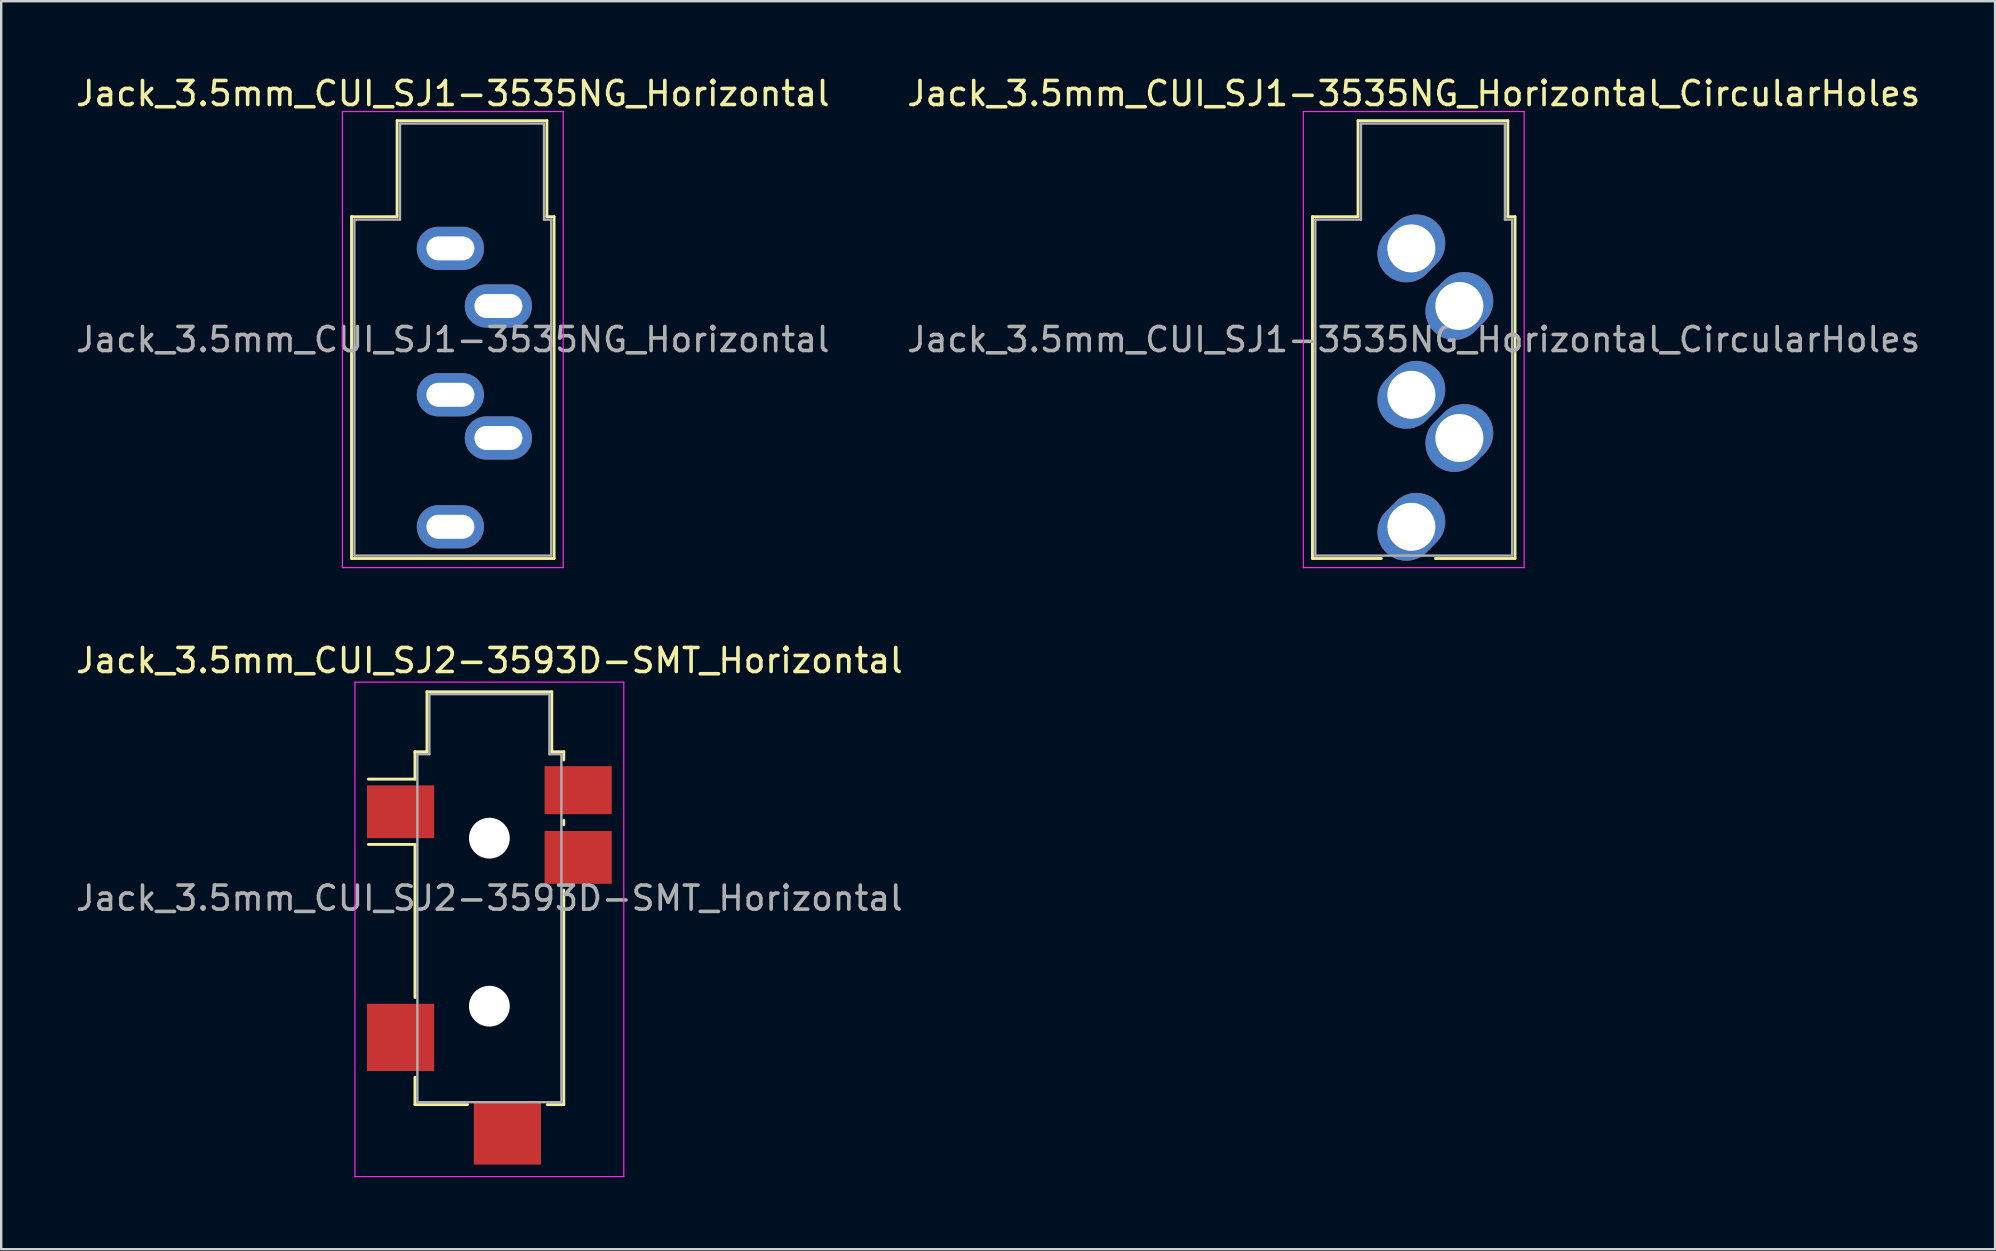
<source format=kicad_pcb>
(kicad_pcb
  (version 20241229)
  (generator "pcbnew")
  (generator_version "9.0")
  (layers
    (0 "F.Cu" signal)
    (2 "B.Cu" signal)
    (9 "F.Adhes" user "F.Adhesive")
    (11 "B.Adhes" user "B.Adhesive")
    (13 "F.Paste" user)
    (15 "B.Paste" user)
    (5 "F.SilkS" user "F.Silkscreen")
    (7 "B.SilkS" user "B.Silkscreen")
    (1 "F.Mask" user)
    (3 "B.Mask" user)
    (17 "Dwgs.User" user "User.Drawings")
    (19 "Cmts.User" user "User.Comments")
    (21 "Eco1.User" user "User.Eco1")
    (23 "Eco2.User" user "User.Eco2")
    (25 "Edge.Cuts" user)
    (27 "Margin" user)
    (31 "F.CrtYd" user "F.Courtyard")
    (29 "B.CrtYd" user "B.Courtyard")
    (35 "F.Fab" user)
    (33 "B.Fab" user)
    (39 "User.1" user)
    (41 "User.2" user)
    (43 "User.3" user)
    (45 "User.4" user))
  (footprint "Jack_3.5mm_CUI_SJ1-3535NG_Horizontal"
    (layer "F.Cu")
    (at 15.715 7.298)
    (property "Reference" "Jack_3.5mm_CUI_SJ1-3535NG_Horizontal" (at 0.1 -6.45 0) (layer "F.SilkS") (effects (font (size 1 1) (thickness 0.15))))
    (attr through_hole)
    (fp_line (start -4.12 -1.32) (end -2.22 -1.32) (stroke (width 0.12) (type solid)) (layer "F.SilkS"))
    (fp_line (start -4.12 12.92) (end -4.12 -1.32) (stroke (width 0.12) (type solid)) (layer "F.SilkS"))
    (fp_line (start -2.22 -5.32) (end 4.02 -5.32) (stroke (width 0.12) (type solid)) (layer "F.SilkS"))
    (fp_line (start -2.22 -1.32) (end -2.22 -5.32) (stroke (width 0.12) (type solid)) (layer "F.SilkS"))
    (fp_line (start 4.02 -5.32) (end 4.02 -1.32) (stroke (width 0.12) (type solid)) (layer "F.SilkS"))
    (fp_line (start 4.02 -1.32) (end 4.32 -1.32) (stroke (width 0.12) (type solid)) (layer "F.SilkS"))
    (fp_line (start 4.32 -1.32) (end 4.32 12.92) (stroke (width 0.12) (type solid)) (layer "F.SilkS"))
    (fp_line (start 4.32 12.92) (end -4.12 12.92) (stroke (width 0.12) (type solid)) (layer "F.SilkS"))
    (fp_line (start -4.5 -5.7) (end -4.5 13.3) (stroke (width 0.05) (type solid)) (layer "F.CrtYd"))
    (fp_line (start -4.5 13.3) (end 4.7 13.3) (stroke (width 0.05) (type solid)) (layer "F.CrtYd"))
    (fp_line (start 4.7 -5.7) (end -4.5 -5.7) (stroke (width 0.05) (type solid)) (layer "F.CrtYd"))
    (fp_line (start 4.7 13.3) (end 4.7 -5.7) (stroke (width 0.05) (type solid)) (layer "F.CrtYd"))
    (fp_line (start -4 -1.2) (end -2.1 -1.2) (stroke (width 0.1) (type solid)) (layer "F.Fab"))
    (fp_line (start -4 12.8) (end -4 -1.2) (stroke (width 0.1) (type solid)) (layer "F.Fab"))
    (fp_line (start -2.1 -5.2) (end 3.9 -5.2) (stroke (width 0.1) (type solid)) (layer "F.Fab"))
    (fp_line (start -2.1 -1.2) (end -2.1 -5.2) (stroke (width 0.1) (type solid)) (layer "F.Fab"))
    (fp_line (start 3.9 -5.2) (end 3.9 -1.2) (stroke (width 0.1) (type solid)) (layer "F.Fab"))
    (fp_line (start 3.9 -1.2) (end 4.2 -1.2) (stroke (width 0.1) (type solid)) (layer "F.Fab"))
    (fp_line (start 4.2 -1.2) (end 4.2 12.8) (stroke (width 0.1) (type solid)) (layer "F.Fab"))
    (fp_line (start 4.2 12.8) (end -4 12.8) (stroke (width 0.1) (type solid)) (layer "F.Fab"))
    (fp_text user "${REFERENCE}" (at 0.1 3.8 0) (layer "F.Fab") (effects (font (size 1 1) (thickness 0.15))))
    (pad "R" thru_hole oval (at 2 7.9) (size 2.8 1.8) (drill oval 2 1) (layers "*.Cu" "*.Mask"))
    (pad "RN" thru_hole oval (at 0 6.1) (size 2.8 1.8) (drill oval 2 1) (layers "*.Cu" "*.Mask"))
    (pad "S" thru_hole oval (at 0 0) (size 2.8 1.8) (drill oval 2 1) (layers "*.Cu" "*.Mask"))
    (pad "T" thru_hole oval (at 2 2.4) (size 2.8 1.8) (drill oval 2 1) (layers "*.Cu" "*.Mask"))
    (pad "TN" thru_hole oval (at 0 11.6) (size 2.8 1.8) (drill oval 2 1) (layers "*.Cu" "*.Mask")))
  (footprint "Jack_3.5mm_CUI_SJ2-3593D-SMT_Horizontal"
    (layer "F.Cu")
    (at 17.339 34.371)
    (property "Reference" "Jack_3.5mm_CUI_SJ2-3593D-SMT_Horizontal" (at 0 -9.9 0) (layer "F.SilkS") (effects (font (size 1 1) (thickness 0.15))))
    (attr smd)
    (fp_line (start -3.1 -6.1) (end -2.6 -6.1) (stroke (width 0.12) (type solid)) (layer "F.SilkS"))
    (fp_line (start -3.1 -4.96) (end -5.04 -4.96) (stroke (width 0.12) (type solid)) (layer "F.SilkS"))
    (fp_line (start -3.1 -4.96) (end -3.1 -6.1) (stroke (width 0.12) (type solid)) (layer "F.SilkS"))
    (fp_line (start -3.1 -2.24) (end -5.04 -2.24) (stroke (width 0.12) (type solid)) (layer "F.SilkS"))
    (fp_line (start -3.1 4.14) (end -3.1 -2.24) (stroke (width 0.12) (type solid)) (layer "F.SilkS"))
    (fp_line (start -3.1 8.6) (end -3.1 7.46) (stroke (width 0.12) (type solid)) (layer "F.SilkS"))
    (fp_line (start -2.6 -8.6) (end 2.6 -8.6) (stroke (width 0.12) (type solid)) (layer "F.SilkS"))
    (fp_line (start -2.6 -6.1) (end -2.6 -8.6) (stroke (width 0.12) (type solid)) (layer "F.SilkS"))
    (fp_line (start -0.91 8.6) (end -3.1 8.6) (stroke (width 0.12) (type solid)) (layer "F.SilkS"))
    (fp_line (start 2.6 -8.6) (end 2.6 -6.1) (stroke (width 0.12) (type solid)) (layer "F.SilkS"))
    (fp_line (start 2.6 -6.1) (end 3.1 -6.1) (stroke (width 0.12) (type solid)) (layer "F.SilkS"))
    (fp_line (start 3.1 -6.1) (end 3.1 -5.76) (stroke (width 0.12) (type solid)) (layer "F.SilkS"))
    (fp_line (start 3.1 -3.24) (end 3.1 -3.06) (stroke (width 0.12) (type solid)) (layer "F.SilkS"))
    (fp_line (start 3.1 -0.34) (end 3.1 8.6) (stroke (width 0.12) (type solid)) (layer "F.SilkS"))
    (fp_line (start 3.1 8.6) (end 2.41 8.6) (stroke (width 0.12) (type solid)) (layer "F.SilkS"))
    (fp_line (start -5.6 -9) (end 5.6 -9) (stroke (width 0.05) (type solid)) (layer "F.CrtYd"))
    (fp_line (start -5.6 11.6) (end -5.6 -9) (stroke (width 0.05) (type solid)) (layer "F.CrtYd"))
    (fp_line (start 5.6 -9) (end 5.6 11.6) (stroke (width 0.05) (type solid)) (layer "F.CrtYd"))
    (fp_line (start 5.6 11.6) (end -5.6 11.6) (stroke (width 0.05) (type solid)) (layer "F.CrtYd"))
    (fp_line (start -3 -6) (end -2.5 -6) (stroke (width 0.1) (type solid)) (layer "F.Fab"))
    (fp_line (start -3 8.5) (end -3 -6) (stroke (width 0.1) (type solid)) (layer "F.Fab"))
    (fp_line (start -2.5 -8.5) (end 2.5 -8.5) (stroke (width 0.1) (type solid)) (layer "F.Fab"))
    (fp_line (start -2.5 -6) (end -2.5 -8.5) (stroke (width 0.1) (type solid)) (layer "F.Fab"))
    (fp_line (start 2.5 -8.5) (end 2.5 -6) (stroke (width 0.1) (type solid)) (layer "F.Fab"))
    (fp_line (start 2.5 -6) (end 3 -6) (stroke (width 0.1) (type solid)) (layer "F.Fab"))
    (fp_line (start 3 -6) (end 3 8.5) (stroke (width 0.1) (type solid)) (layer "F.Fab"))
    (fp_line (start 3 8.5) (end -3 8.5) (stroke (width 0.1) (type solid)) (layer "F.Fab"))
    (fp_text user "${REFERENCE}" (at 0 0 0) (layer "F.Fab") (effects (font (size 1 1) (thickness 0.15))))
    (pad "" np_thru_hole circle (at 0 -2.5) (size 1.7 1.7) (drill 1.7) (layers "*.Cu" "*.Mask"))
    (pad "" np_thru_hole circle (at 0 4.5) (size 1.7 1.7) (drill 1.7) (layers "*.Cu" "*.Mask"))
    (pad "R" smd rect (at 3.7 -1.7) (size 2.8 2.2) (layers "F.Cu" "F.Mask" "F.Paste"))
    (pad "RN" smd rect (at 3.7 -4.5) (size 2.8 2) (layers "F.Cu" "F.Mask" "F.Paste"))
    (pad "S" smd rect (at -3.7 -3.6) (size 2.8 2.2) (layers "F.Cu" "F.Mask" "F.Paste"))
    (pad "T" smd rect (at -3.7 5.8) (size 2.8 2.8) (layers "F.Cu" "F.Mask" "F.Paste"))
    (pad "TN" smd rect (at 0.75 9.8) (size 2.8 2.6) (layers "F.Cu" "F.Mask" "F.Paste")))
  (footprint "Jack_3.5mm_CUI_SJ1-3535NG_Horizontal_CircularHoles"
    (layer "F.Cu")
    (at 55.751 7.298)
    (property "Reference" "Jack_3.5mm_CUI_SJ1-3535NG_Horizontal_CircularHoles" (at 0.1 -6.45 0) (layer "F.SilkS") (effects (font (size 1 1) (thickness 0.15))))
    (attr through_hole)
    (fp_line (start -4.12 -1.32) (end -2.22 -1.32) (stroke (width 0.12) (type solid)) (layer "F.SilkS"))
    (fp_line (start -4.12 12.92) (end -4.12 -1.32) (stroke (width 0.12) (type solid)) (layer "F.SilkS"))
    (fp_line (start -2.22 -5.32) (end 4.02 -5.32) (stroke (width 0.12) (type solid)) (layer "F.SilkS"))
    (fp_line (start -2.22 -1.32) (end -2.22 -5.32) (stroke (width 0.12) (type solid)) (layer "F.SilkS"))
    (fp_line (start -1.25 12.92) (end -4.12 12.92) (stroke (width 0.12) (type solid)) (layer "F.SilkS"))
    (fp_line (start 4.02 -5.32) (end 4.02 -1.32) (stroke (width 0.12) (type solid)) (layer "F.SilkS"))
    (fp_line (start 4.02 -1.32) (end 4.32 -1.32) (stroke (width 0.12) (type solid)) (layer "F.SilkS"))
    (fp_line (start 4.32 -1.32) (end 4.32 12.92) (stroke (width 0.12) (type solid)) (layer "F.SilkS"))
    (fp_line (start 4.32 12.92) (end 1 12.92) (stroke (width 0.12) (type solid)) (layer "F.SilkS"))
    (fp_line (start -4.5 -5.7) (end -4.5 13.3) (stroke (width 0.05) (type solid)) (layer "F.CrtYd"))
    (fp_line (start -4.5 13.3) (end 4.7 13.3) (stroke (width 0.05) (type solid)) (layer "F.CrtYd"))
    (fp_line (start 4.7 -5.7) (end -4.5 -5.7) (stroke (width 0.05) (type solid)) (layer "F.CrtYd"))
    (fp_line (start 4.7 13.3) (end 4.7 -5.7) (stroke (width 0.05) (type solid)) (layer "F.CrtYd"))
    (fp_line (start -4 -1.2) (end -2.1 -1.2) (stroke (width 0.1) (type solid)) (layer "F.Fab"))
    (fp_line (start -4 12.8) (end -4 -1.2) (stroke (width 0.1) (type solid)) (layer "F.Fab"))
    (fp_line (start -2.1 -5.2) (end 3.9 -5.2) (stroke (width 0.1) (type solid)) (layer "F.Fab"))
    (fp_line (start -2.1 -1.2) (end -2.1 -5.2) (stroke (width 0.1) (type solid)) (layer "F.Fab"))
    (fp_line (start 3.9 -5.2) (end 3.9 -1.2) (stroke (width 0.1) (type solid)) (layer "F.Fab"))
    (fp_line (start 3.9 -1.2) (end 4.2 -1.2) (stroke (width 0.1) (type solid)) (layer "F.Fab"))
    (fp_line (start 4.2 -1.2) (end 4.2 12.8) (stroke (width 0.1) (type solid)) (layer "F.Fab"))
    (fp_line (start 4.2 12.8) (end -4 12.8) (stroke (width 0.1) (type solid)) (layer "F.Fab"))
    (fp_text user "${REFERENCE}" (at 0.1 3.8 0) (layer "F.Fab") (effects (font (size 1 1) (thickness 0.15))))
    (pad "R" thru_hole oval (at 2 7.9 45) (size 3 2.4) (drill 2) (layers "*.Cu" "*.Mask"))
    (pad "RN" thru_hole oval (at 0 6.1 45) (size 3 2.4) (drill 2) (layers "*.Cu" "*.Mask"))
    (pad "S" thru_hole oval (at 0 0 45) (size 3 2.4) (drill 2) (layers "*.Cu" "*.Mask"))
    (pad "T" thru_hole oval (at 2 2.4 45) (size 3 2.4) (drill 2) (layers "*.Cu" "*.Mask"))
    (pad "TN" thru_hole oval (at 0 11.6 45) (size 3 2.4) (drill 2) (layers "*.Cu" "*.Mask")))
  (gr_rect
    (start -3 -3)
    (end 80.071 48.996)
    (stroke (width 0.1) (type default))
    (fill no)
    (layer "Edge.Cuts")))
</source>
